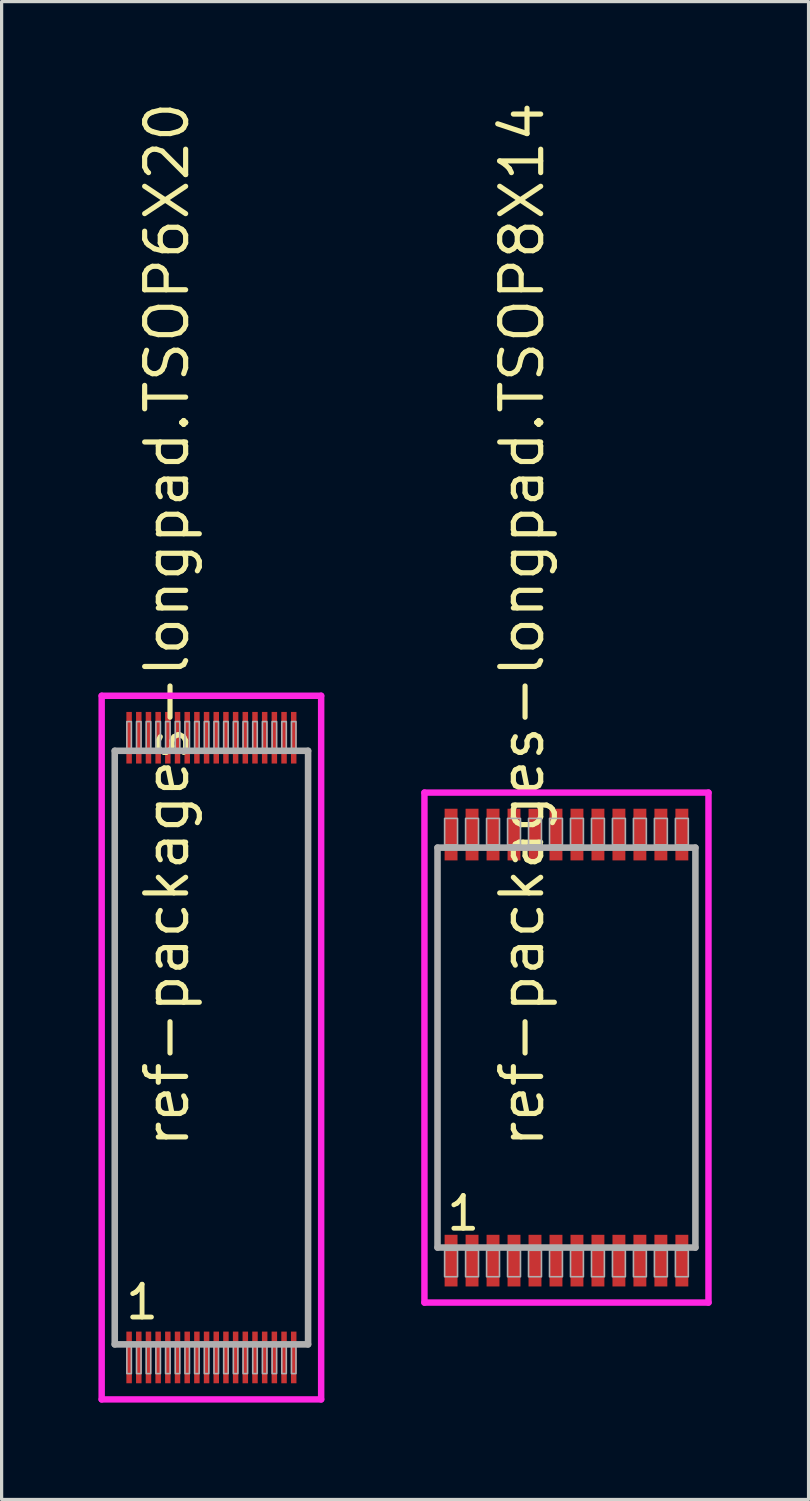
<source format=kicad_pcb>
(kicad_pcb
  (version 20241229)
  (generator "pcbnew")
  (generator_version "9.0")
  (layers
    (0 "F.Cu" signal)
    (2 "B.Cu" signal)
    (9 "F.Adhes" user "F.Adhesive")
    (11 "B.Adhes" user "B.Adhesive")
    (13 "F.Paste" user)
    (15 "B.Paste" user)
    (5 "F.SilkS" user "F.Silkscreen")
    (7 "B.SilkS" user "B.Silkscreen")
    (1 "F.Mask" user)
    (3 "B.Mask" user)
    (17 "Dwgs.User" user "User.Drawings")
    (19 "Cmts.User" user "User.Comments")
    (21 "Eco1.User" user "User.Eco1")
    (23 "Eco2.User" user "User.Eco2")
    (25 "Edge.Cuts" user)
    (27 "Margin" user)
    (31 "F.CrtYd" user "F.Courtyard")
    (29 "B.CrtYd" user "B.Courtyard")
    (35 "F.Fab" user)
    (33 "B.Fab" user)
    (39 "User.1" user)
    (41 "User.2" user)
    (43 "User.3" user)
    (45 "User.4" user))
  (footprint "ref-packages-longpad.TSOP6X20"
    (layer "F.Cu")
    (at 3.5 29.406)
    (property "Reference" "ref-packages-longpad.TSOP6X20" (at -0.635 3.175 90) (layer "F.SilkS") (effects (font (size 1.27 1.27) (thickness 0.16)) (justify left bottom)))
    (attr smd)
    (fp_line (start -3.4 -10.9) (end 3.4 -10.9) (stroke (width 0.2) (type default)) (layer "F.CrtYd"))
    (fp_line (start -3.4 10.9) (end -3.4 -10.9) (stroke (width 0.2) (type default)) (layer "F.CrtYd"))
    (fp_line (start 3.4 -10.9) (end 3.4 10.9) (stroke (width 0.2) (type default)) (layer "F.CrtYd"))
    (fp_line (start 3.4 10.9) (end -3.4 10.9) (stroke (width 0.2) (type default)) (layer "F.CrtYd"))
    (fp_line (start -2.995 -9.195) (end 2.995 -9.195) (stroke (width 0.203) (type default)) (layer "F.Fab"))
    (fp_line (start -2.995 9.195) (end -2.995 -9.195) (stroke (width 0.203) (type default)) (layer "F.Fab"))
    (fp_line (start 2.995 -9.195) (end 2.995 9.195) (stroke (width 0.203) (type default)) (layer "F.Fab"))
    (fp_line (start 2.995 9.195) (end -2.995 9.195) (stroke (width 0.203) (type default)) (layer "F.Fab"))
    (fp_rect (start -2.62 -9.25) (end -2.48 -10.1) (stroke (width 0.05) (type default)) (fill no) (layer "F.Fab"))
    (fp_rect (start -2.62 10.1) (end -2.48 9.25) (stroke (width 0.05) (type default)) (fill no) (layer "F.Fab"))
    (fp_rect (start -2.32 -9.25) (end -2.18 -10.1) (stroke (width 0.05) (type default)) (fill no) (layer "F.Fab"))
    (fp_rect (start -2.32 10.1) (end -2.18 9.25) (stroke (width 0.05) (type default)) (fill no) (layer "F.Fab"))
    (fp_rect (start -2.02 -9.25) (end -1.88 -10.1) (stroke (width 0.05) (type default)) (fill no) (layer "F.Fab"))
    (fp_rect (start -2.02 10.1) (end -1.88 9.25) (stroke (width 0.05) (type default)) (fill no) (layer "F.Fab"))
    (fp_rect (start -1.72 -9.25) (end -1.58 -10.1) (stroke (width 0.05) (type default)) (fill no) (layer "F.Fab"))
    (fp_rect (start -1.72 10.1) (end -1.58 9.25) (stroke (width 0.05) (type default)) (fill no) (layer "F.Fab"))
    (fp_rect (start -1.42 -9.25) (end -1.28 -10.1) (stroke (width 0.05) (type default)) (fill no) (layer "F.Fab"))
    (fp_rect (start -1.42 10.1) (end -1.28 9.25) (stroke (width 0.05) (type default)) (fill no) (layer "F.Fab"))
    (fp_rect (start -1.12 -9.25) (end -0.98 -10.1) (stroke (width 0.05) (type default)) (fill no) (layer "F.Fab"))
    (fp_rect (start -1.12 10.1) (end -0.98 9.25) (stroke (width 0.05) (type default)) (fill no) (layer "F.Fab"))
    (fp_rect (start -0.82 -9.25) (end -0.68 -10.1) (stroke (width 0.05) (type default)) (fill no) (layer "F.Fab"))
    (fp_rect (start -0.82 10.1) (end -0.68 9.25) (stroke (width 0.05) (type default)) (fill no) (layer "F.Fab"))
    (fp_rect (start -0.52 -9.25) (end -0.38 -10.1) (stroke (width 0.05) (type default)) (fill no) (layer "F.Fab"))
    (fp_rect (start -0.52 10.1) (end -0.38 9.25) (stroke (width 0.05) (type default)) (fill no) (layer "F.Fab"))
    (fp_rect (start -0.22 -9.25) (end -0.08 -10.1) (stroke (width 0.05) (type default)) (fill no) (layer "F.Fab"))
    (fp_rect (start -0.22 10.1) (end -0.08 9.25) (stroke (width 0.05) (type default)) (fill no) (layer "F.Fab"))
    (fp_rect (start 0.08 -9.25) (end 0.22 -10.1) (stroke (width 0.05) (type default)) (fill no) (layer "F.Fab"))
    (fp_rect (start 0.08 10.1) (end 0.22 9.25) (stroke (width 0.05) (type default)) (fill no) (layer "F.Fab"))
    (fp_rect (start 0.38 -9.25) (end 0.52 -10.1) (stroke (width 0.05) (type default)) (fill no) (layer "F.Fab"))
    (fp_rect (start 0.38 10.1) (end 0.52 9.25) (stroke (width 0.05) (type default)) (fill no) (layer "F.Fab"))
    (fp_rect (start 0.68 -9.25) (end 0.82 -10.1) (stroke (width 0.05) (type default)) (fill no) (layer "F.Fab"))
    (fp_rect (start 0.68 10.1) (end 0.82 9.25) (stroke (width 0.05) (type default)) (fill no) (layer "F.Fab"))
    (fp_rect (start 0.98 -9.25) (end 1.12 -10.1) (stroke (width 0.05) (type default)) (fill no) (layer "F.Fab"))
    (fp_rect (start 0.98 10.1) (end 1.12 9.25) (stroke (width 0.05) (type default)) (fill no) (layer "F.Fab"))
    (fp_rect (start 1.28 -9.25) (end 1.42 -10.1) (stroke (width 0.05) (type default)) (fill no) (layer "F.Fab"))
    (fp_rect (start 1.28 10.1) (end 1.42 9.25) (stroke (width 0.05) (type default)) (fill no) (layer "F.Fab"))
    (fp_rect (start 1.58 -9.25) (end 1.72 -10.1) (stroke (width 0.05) (type default)) (fill no) (layer "F.Fab"))
    (fp_rect (start 1.58 10.1) (end 1.72 9.25) (stroke (width 0.05) (type default)) (fill no) (layer "F.Fab"))
    (fp_rect (start 1.88 -9.25) (end 2.02 -10.1) (stroke (width 0.05) (type default)) (fill no) (layer "F.Fab"))
    (fp_rect (start 1.88 10.1) (end 2.02 9.25) (stroke (width 0.05) (type default)) (fill no) (layer "F.Fab"))
    (fp_rect (start 2.18 -9.25) (end 2.32 -10.1) (stroke (width 0.05) (type default)) (fill no) (layer "F.Fab"))
    (fp_rect (start 2.18 10.1) (end 2.32 9.25) (stroke (width 0.05) (type default)) (fill no) (layer "F.Fab"))
    (fp_rect (start 2.48 -9.25) (end 2.62 -10.1) (stroke (width 0.05) (type default)) (fill no) (layer "F.Fab"))
    (fp_rect (start 2.48 10.1) (end 2.62 9.25) (stroke (width 0.05) (type default)) (fill no) (layer "F.Fab"))
    (fp_text user "1" (at -2.731 8.48 0) (layer "F.SilkS") (effects (font (size 1.016 1.016) (thickness 0.15)) (justify left bottom)))
    (pad "1" smd roundrect (at -2.55 9.6) (size 0.17 1.6) (layers "F.Cu" "F.Mask" "F.Paste") (roundrect_rratio 0.01))
    (pad "2" smd roundrect (at -2.25 9.6) (size 0.17 1.6) (layers "F.Cu" "F.Mask" "F.Paste") (roundrect_rratio 0.01))
    (pad "3" smd roundrect (at -1.95 9.6) (size 0.17 1.6) (layers "F.Cu" "F.Mask" "F.Paste") (roundrect_rratio 0.01))
    (pad "4" smd roundrect (at -1.65 9.6) (size 0.17 1.6) (layers "F.Cu" "F.Mask" "F.Paste") (roundrect_rratio 0.01))
    (pad "5" smd roundrect (at -1.35 9.6) (size 0.17 1.6) (layers "F.Cu" "F.Mask" "F.Paste") (roundrect_rratio 0.01))
    (pad "6" smd roundrect (at -1.05 9.6) (size 0.17 1.6) (layers "F.Cu" "F.Mask" "F.Paste") (roundrect_rratio 0.01))
    (pad "7" smd roundrect (at -0.75 9.6) (size 0.17 1.6) (layers "F.Cu" "F.Mask" "F.Paste") (roundrect_rratio 0.01))
    (pad "8" smd roundrect (at -0.45 9.6) (size 0.17 1.6) (layers "F.Cu" "F.Mask" "F.Paste") (roundrect_rratio 0.01))
    (pad "9" smd roundrect (at -0.15 9.6) (size 0.17 1.6) (layers "F.Cu" "F.Mask" "F.Paste") (roundrect_rratio 0.01))
    (pad "10" smd roundrect (at 0.15 9.6) (size 0.17 1.6) (layers "F.Cu" "F.Mask" "F.Paste") (roundrect_rratio 0.01))
    (pad "11" smd roundrect (at 0.45 9.6) (size 0.17 1.6) (layers "F.Cu" "F.Mask" "F.Paste") (roundrect_rratio 0.01))
    (pad "12" smd roundrect (at 0.75 9.6) (size 0.17 1.6) (layers "F.Cu" "F.Mask" "F.Paste") (roundrect_rratio 0.01))
    (pad "13" smd roundrect (at 1.05 9.6) (size 0.17 1.6) (layers "F.Cu" "F.Mask" "F.Paste") (roundrect_rratio 0.01))
    (pad "14" smd roundrect (at 1.35 9.6) (size 0.17 1.6) (layers "F.Cu" "F.Mask" "F.Paste") (roundrect_rratio 0.01))
    (pad "15" smd roundrect (at 1.65 9.6) (size 0.17 1.6) (layers "F.Cu" "F.Mask" "F.Paste") (roundrect_rratio 0.01))
    (pad "16" smd roundrect (at 1.95 9.6) (size 0.17 1.6) (layers "F.Cu" "F.Mask" "F.Paste") (roundrect_rratio 0.01))
    (pad "17" smd roundrect (at 2.25 9.6) (size 0.17 1.6) (layers "F.Cu" "F.Mask" "F.Paste") (roundrect_rratio 0.01))
    (pad "18" smd roundrect (at 2.55 9.6) (size 0.17 1.6) (layers "F.Cu" "F.Mask" "F.Paste") (roundrect_rratio 0.01))
    (pad "19" smd roundrect (at 2.55 -9.6) (size 0.17 1.6) (layers "F.Cu" "F.Mask" "F.Paste") (roundrect_rratio 0.01))
    (pad "20" smd roundrect (at 2.25 -9.6) (size 0.17 1.6) (layers "F.Cu" "F.Mask" "F.Paste") (roundrect_rratio 0.01))
    (pad "21" smd roundrect (at 1.95 -9.6) (size 0.17 1.6) (layers "F.Cu" "F.Mask" "F.Paste") (roundrect_rratio 0.01))
    (pad "22" smd roundrect (at 1.65 -9.6) (size 0.17 1.6) (layers "F.Cu" "F.Mask" "F.Paste") (roundrect_rratio 0.01))
    (pad "23" smd roundrect (at 1.35 -9.6) (size 0.17 1.6) (layers "F.Cu" "F.Mask" "F.Paste") (roundrect_rratio 0.01))
    (pad "24" smd roundrect (at 1.05 -9.6) (size 0.17 1.6) (layers "F.Cu" "F.Mask" "F.Paste") (roundrect_rratio 0.01))
    (pad "25" smd roundrect (at 0.75 -9.6) (size 0.17 1.6) (layers "F.Cu" "F.Mask" "F.Paste") (roundrect_rratio 0.01))
    (pad "26" smd roundrect (at 0.45 -9.6) (size 0.17 1.6) (layers "F.Cu" "F.Mask" "F.Paste") (roundrect_rratio 0.01))
    (pad "27" smd roundrect (at 0.15 -9.6) (size 0.17 1.6) (layers "F.Cu" "F.Mask" "F.Paste") (roundrect_rratio 0.01))
    (pad "28" smd roundrect (at -0.15 -9.6) (size 0.17 1.6) (layers "F.Cu" "F.Mask" "F.Paste") (roundrect_rratio 0.01))
    (pad "29" smd roundrect (at -0.45 -9.6) (size 0.17 1.6) (layers "F.Cu" "F.Mask" "F.Paste") (roundrect_rratio 0.01))
    (pad "30" smd roundrect (at -0.75 -9.6) (size 0.17 1.6) (layers "F.Cu" "F.Mask" "F.Paste") (roundrect_rratio 0.01))
    (pad "31" smd roundrect (at -1.05 -9.6) (size 0.17 1.6) (layers "F.Cu" "F.Mask" "F.Paste") (roundrect_rratio 0.01))
    (pad "32" smd roundrect (at -1.35 -9.6) (size 0.17 1.6) (layers "F.Cu" "F.Mask" "F.Paste") (roundrect_rratio 0.01))
    (pad "33" smd roundrect (at -1.65 -9.6) (size 0.17 1.6) (layers "F.Cu" "F.Mask" "F.Paste") (roundrect_rratio 0.01))
    (pad "34" smd roundrect (at -1.95 -9.6) (size 0.17 1.6) (layers "F.Cu" "F.Mask" "F.Paste") (roundrect_rratio 0.01))
    (pad "35" smd roundrect (at -2.25 -9.6) (size 0.17 1.6) (layers "F.Cu" "F.Mask" "F.Paste") (roundrect_rratio 0.01))
    (pad "36" smd roundrect (at -2.55 -9.6) (size 0.17 1.6) (layers "F.Cu" "F.Mask" "F.Paste") (roundrect_rratio 0.01)))
  (footprint "ref-packages-longpad.TSOP8X14"
    (layer "F.Cu")
    (at 14.5 29.406)
    (property "Reference" "ref-packages-longpad.TSOP8X14" (at -0.635 3.175 90) (layer "F.SilkS") (effects (font (size 1.27 1.27) (thickness 0.16)) (justify left bottom)))
    (attr smd)
    (fp_line (start -4.4 -7.9) (end 4.4 -7.9) (stroke (width 0.2) (type default)) (layer "F.CrtYd"))
    (fp_line (start -4.4 7.9) (end -4.4 -7.9) (stroke (width 0.2) (type default)) (layer "F.CrtYd"))
    (fp_line (start 4.4 -7.9) (end 4.4 7.9) (stroke (width 0.2) (type default)) (layer "F.CrtYd"))
    (fp_line (start 4.4 7.9) (end -4.4 7.9) (stroke (width 0.2) (type default)) (layer "F.CrtYd"))
    (fp_line (start -3.995 -6.195) (end 3.995 -6.195) (stroke (width 0.203) (type default)) (layer "F.Fab"))
    (fp_line (start -3.995 6.195) (end -3.995 -6.195) (stroke (width 0.203) (type default)) (layer "F.Fab"))
    (fp_line (start 3.995 -6.195) (end 3.995 6.195) (stroke (width 0.203) (type default)) (layer "F.Fab"))
    (fp_line (start 3.995 6.195) (end -3.995 6.195) (stroke (width 0.203) (type default)) (layer "F.Fab"))
    (fp_rect (start -3.775 -6.28) (end -3.375 -7.1) (stroke (width 0.05) (type default)) (fill no) (layer "F.Fab"))
    (fp_rect (start -3.775 7.1) (end -3.375 6.28) (stroke (width 0.05) (type default)) (fill no) (layer "F.Fab"))
    (fp_rect (start -3.125 -6.28) (end -2.725 -7.1) (stroke (width 0.05) (type default)) (fill no) (layer "F.Fab"))
    (fp_rect (start -3.125 7.1) (end -2.725 6.28) (stroke (width 0.05) (type default)) (fill no) (layer "F.Fab"))
    (fp_rect (start -2.475 -6.28) (end -2.075 -7.1) (stroke (width 0.05) (type default)) (fill no) (layer "F.Fab"))
    (fp_rect (start -2.475 7.1) (end -2.075 6.28) (stroke (width 0.05) (type default)) (fill no) (layer "F.Fab"))
    (fp_rect (start -1.825 -6.28) (end -1.425 -7.1) (stroke (width 0.05) (type default)) (fill no) (layer "F.Fab"))
    (fp_rect (start -1.825 7.1) (end -1.425 6.28) (stroke (width 0.05) (type default)) (fill no) (layer "F.Fab"))
    (fp_rect (start -1.175 -6.28) (end -0.775 -7.1) (stroke (width 0.05) (type default)) (fill no) (layer "F.Fab"))
    (fp_rect (start -1.175 7.1) (end -0.775 6.28) (stroke (width 0.05) (type default)) (fill no) (layer "F.Fab"))
    (fp_rect (start -0.525 -6.28) (end -0.125 -7.1) (stroke (width 0.05) (type default)) (fill no) (layer "F.Fab"))
    (fp_rect (start -0.525 7.1) (end -0.125 6.28) (stroke (width 0.05) (type default)) (fill no) (layer "F.Fab"))
    (fp_rect (start 0.125 -6.28) (end 0.525 -7.1) (stroke (width 0.05) (type default)) (fill no) (layer "F.Fab"))
    (fp_rect (start 0.125 7.1) (end 0.525 6.28) (stroke (width 0.05) (type default)) (fill no) (layer "F.Fab"))
    (fp_rect (start 0.775 -6.28) (end 1.175 -7.1) (stroke (width 0.05) (type default)) (fill no) (layer "F.Fab"))
    (fp_rect (start 0.775 7.1) (end 1.175 6.28) (stroke (width 0.05) (type default)) (fill no) (layer "F.Fab"))
    (fp_rect (start 1.425 -6.28) (end 1.825 -7.1) (stroke (width 0.05) (type default)) (fill no) (layer "F.Fab"))
    (fp_rect (start 1.425 7.1) (end 1.825 6.28) (stroke (width 0.05) (type default)) (fill no) (layer "F.Fab"))
    (fp_rect (start 2.075 -6.28) (end 2.475 -7.1) (stroke (width 0.05) (type default)) (fill no) (layer "F.Fab"))
    (fp_rect (start 2.075 7.1) (end 2.475 6.28) (stroke (width 0.05) (type default)) (fill no) (layer "F.Fab"))
    (fp_rect (start 2.725 -6.28) (end 3.125 -7.1) (stroke (width 0.05) (type default)) (fill no) (layer "F.Fab"))
    (fp_rect (start 2.725 7.1) (end 3.125 6.28) (stroke (width 0.05) (type default)) (fill no) (layer "F.Fab"))
    (fp_rect (start 3.375 -6.28) (end 3.775 -7.1) (stroke (width 0.05) (type default)) (fill no) (layer "F.Fab"))
    (fp_rect (start 3.375 7.1) (end 3.775 6.28) (stroke (width 0.05) (type default)) (fill no) (layer "F.Fab"))
    (fp_text user "1" (at -3.781 5.73 0) (layer "F.SilkS") (effects (font (size 1.016 1.016) (thickness 0.15)) (justify left bottom)))
    (pad "1" smd roundrect (at -3.575 6.6) (size 0.4 1.6) (layers "F.Cu" "F.Mask" "F.Paste") (roundrect_rratio 0.01))
    (pad "2" smd roundrect (at -2.925 6.6) (size 0.4 1.6) (layers "F.Cu" "F.Mask" "F.Paste") (roundrect_rratio 0.01))
    (pad "3" smd roundrect (at -2.275 6.6) (size 0.4 1.6) (layers "F.Cu" "F.Mask" "F.Paste") (roundrect_rratio 0.01))
    (pad "4" smd roundrect (at -1.625 6.6) (size 0.4 1.6) (layers "F.Cu" "F.Mask" "F.Paste") (roundrect_rratio 0.01))
    (pad "5" smd roundrect (at -0.975 6.6) (size 0.4 1.6) (layers "F.Cu" "F.Mask" "F.Paste") (roundrect_rratio 0.01))
    (pad "6" smd roundrect (at -0.325 6.6) (size 0.4 1.6) (layers "F.Cu" "F.Mask" "F.Paste") (roundrect_rratio 0.01))
    (pad "7" smd roundrect (at 0.325 6.6) (size 0.4 1.6) (layers "F.Cu" "F.Mask" "F.Paste") (roundrect_rratio 0.01))
    (pad "8" smd roundrect (at 0.975 6.6) (size 0.4 1.6) (layers "F.Cu" "F.Mask" "F.Paste") (roundrect_rratio 0.01))
    (pad "9" smd roundrect (at 1.625 6.6) (size 0.4 1.6) (layers "F.Cu" "F.Mask" "F.Paste") (roundrect_rratio 0.01))
    (pad "10" smd roundrect (at 2.275 6.6) (size 0.4 1.6) (layers "F.Cu" "F.Mask" "F.Paste") (roundrect_rratio 0.01))
    (pad "11" smd roundrect (at 2.925 6.6) (size 0.4 1.6) (layers "F.Cu" "F.Mask" "F.Paste") (roundrect_rratio 0.01))
    (pad "12" smd roundrect (at 3.575 6.6) (size 0.4 1.6) (layers "F.Cu" "F.Mask" "F.Paste") (roundrect_rratio 0.01))
    (pad "13" smd roundrect (at 3.575 -6.6) (size 0.4 1.6) (layers "F.Cu" "F.Mask" "F.Paste") (roundrect_rratio 0.01))
    (pad "14" smd roundrect (at 2.925 -6.6) (size 0.4 1.6) (layers "F.Cu" "F.Mask" "F.Paste") (roundrect_rratio 0.01))
    (pad "15" smd roundrect (at 2.275 -6.6) (size 0.4 1.6) (layers "F.Cu" "F.Mask" "F.Paste") (roundrect_rratio 0.01))
    (pad "16" smd roundrect (at 1.625 -6.6) (size 0.4 1.6) (layers "F.Cu" "F.Mask" "F.Paste") (roundrect_rratio 0.01))
    (pad "17" smd roundrect (at 0.975 -6.6) (size 0.4 1.6) (layers "F.Cu" "F.Mask" "F.Paste") (roundrect_rratio 0.01))
    (pad "18" smd roundrect (at 0.325 -6.6) (size 0.4 1.6) (layers "F.Cu" "F.Mask" "F.Paste") (roundrect_rratio 0.01))
    (pad "19" smd roundrect (at -0.325 -6.6) (size 0.4 1.6) (layers "F.Cu" "F.Mask" "F.Paste") (roundrect_rratio 0.01))
    (pad "20" smd roundrect (at -0.975 -6.6) (size 0.4 1.6) (layers "F.Cu" "F.Mask" "F.Paste") (roundrect_rratio 0.01))
    (pad "21" smd roundrect (at -1.625 -6.6) (size 0.4 1.6) (layers "F.Cu" "F.Mask" "F.Paste") (roundrect_rratio 0.01))
    (pad "22" smd roundrect (at -2.275 -6.6) (size 0.4 1.6) (layers "F.Cu" "F.Mask" "F.Paste") (roundrect_rratio 0.01))
    (pad "23" smd roundrect (at -2.925 -6.6) (size 0.4 1.6) (layers "F.Cu" "F.Mask" "F.Paste") (roundrect_rratio 0.01))
    (pad "24" smd roundrect (at -3.575 -6.6) (size 0.4 1.6) (layers "F.Cu" "F.Mask" "F.Paste") (roundrect_rratio 0.01)))
  (gr_rect
    (start -3 -3)
    (end 22 43.406)
    (stroke (width 0.1) (type default))
    (fill no)
    (layer "Edge.Cuts")))
</source>
